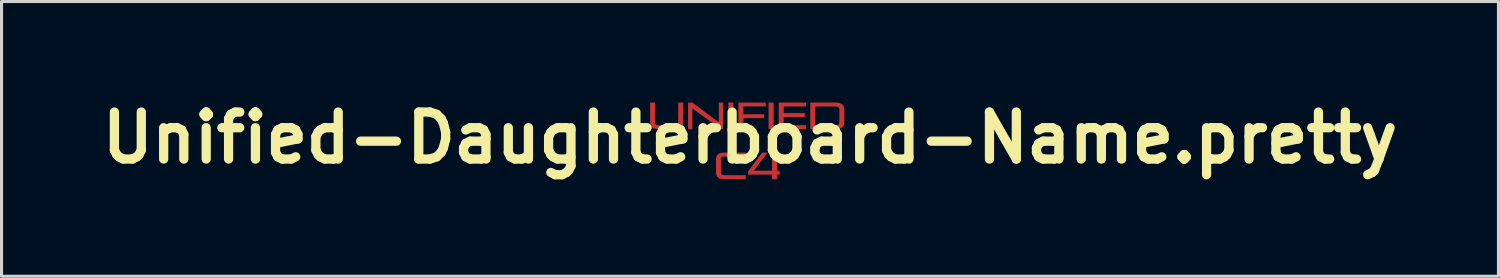
<source format=kicad_pcb>
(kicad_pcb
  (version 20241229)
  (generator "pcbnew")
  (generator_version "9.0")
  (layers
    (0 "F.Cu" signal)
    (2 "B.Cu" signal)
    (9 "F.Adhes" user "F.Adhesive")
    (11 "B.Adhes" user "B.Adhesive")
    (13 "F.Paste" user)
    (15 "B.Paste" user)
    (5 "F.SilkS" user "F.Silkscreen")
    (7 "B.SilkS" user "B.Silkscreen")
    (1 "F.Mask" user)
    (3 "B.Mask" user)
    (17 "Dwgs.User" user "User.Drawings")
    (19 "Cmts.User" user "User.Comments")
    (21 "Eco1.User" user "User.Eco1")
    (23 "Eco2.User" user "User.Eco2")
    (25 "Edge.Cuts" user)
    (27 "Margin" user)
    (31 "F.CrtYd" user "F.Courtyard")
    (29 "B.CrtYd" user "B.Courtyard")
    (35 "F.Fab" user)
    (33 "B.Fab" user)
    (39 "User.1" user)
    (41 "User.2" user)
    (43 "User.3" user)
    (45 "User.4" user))
  (footprint "Unified-Daughterboard-Name.pretty"
    (layer "F.Cu")
    (at 21.271 1.418)
    (property "Reference" "Unified-Daughterboard-Name.pretty" (at 0 0 0) (layer "F.SilkS") (effects (font (size 1.524 1.524) (thickness 0.3))))
    (attr through_hole)
    (fp_poly (pts (xy -0.542 -0.282) (xy -0.705 -0.282) (xy -0.705 -1.143) (xy -0.542 -1.143)) (stroke (width 0.3) (type solid)) (fill yes) (layer "F.Mask"))
    (fp_poly (pts (xy 0.765 -0.282) (xy 0.602 -0.282) (xy 0.602 -1.143) (xy 0.765 -1.143)) (stroke (width 0.3) (type solid)) (fill yes) (layer "F.Mask"))
    (fp_poly (pts (xy -1.012 -0.504) (xy -1.012 -1.143) (xy -0.87 -1.143) (xy -0.87 -0.282) (xy -0.95 -0.282) (xy -1.868 -0.952) (xy -1.868 -0.282) (xy -2.01 -0.282) (xy -2.01 -1.143) (xy -1.869 -1.143)) (stroke (width 0.3) (type solid)) (fill yes) (layer "F.Mask"))
    (fp_poly (pts (xy 0.508 -1.016) (xy -0.215 -1.016) (xy -0.215 -0.764) (xy 0.459 -0.764) (xy 0.459 -0.637) (xy -0.215 -0.637) (xy -0.215 -0.282) (xy -0.377 -0.282) (xy -0.377 -1.143) (xy 0.508 -1.143)) (stroke (width 0.3) (type solid)) (fill yes) (layer "F.Mask"))
    (fp_poly (pts (xy 1.815 -1.016) (xy 1.093 -1.016) (xy 1.093 -0.801) (xy 1.779 -0.801) (xy 1.779 -0.674) (xy 1.093 -0.674) (xy 1.093 -0.409) (xy 1.815 -0.409) (xy 1.815 -0.282) (xy 0.93 -0.282) (xy 0.93 -1.143) (xy 1.815 -1.143)) (stroke (width 0.3) (type solid)) (fill yes) (layer "F.Mask"))
    (fp_poly (pts (xy 0.13 1.066) (xy 0.713 1.066) (xy 0.713 0.48) (xy 0.876 0.48) (xy 0.876 1.066) (xy 0.967 1.066) (xy 0.967 1.194) (xy 0.876 1.194) (xy 0.876 1.34) (xy 0.713 1.34) (xy 0.713 1.194) (xy -0.063 1.194) (xy -0.063 1.091) (xy 0.392 0.48) (xy 0.568 0.48)) (stroke (width 0.3) (type solid)) (fill yes) (layer "F.Mask"))
    (fp_poly (pts (xy 2.764 -1.143) (xy 2.786 -1.142) (xy 2.806 -1.141) (xy 2.826 -1.139) (xy 2.844 -1.137) (xy 2.862 -1.134) (xy 2.879 -1.131) (xy 2.894 -1.127) (xy 2.909 -1.123) (xy 2.924 -1.118) (xy 2.937 -1.113) (xy 2.95 -1.108) (xy 2.961 -1.101) (xy 2.972 -1.095) (xy 2.983 -1.087) (xy 2.992 -1.08) (xy 3.001 -1.072) (xy 3.009 -1.063) (xy 3.017 -1.054) (xy 3.024 -1.044) (xy 3.03 -1.034) (xy 3.035 -1.023) (xy 3.04 -1.012) (xy 3.045 -1) (xy 3.048 -0.988) (xy 3.052 -0.975) (xy 3.054 -0.962) (xy 3.056 -0.949) (xy 3.058 -0.934) (xy 3.059 -0.92) (xy 3.06 -0.889) (xy 3.06 -0.528) (xy 3.059 -0.499) (xy 3.056 -0.471) (xy 3.052 -0.445) (xy 3.048 -0.433) (xy 3.045 -0.422) (xy 3.04 -0.41) (xy 3.035 -0.4) (xy 3.03 -0.389) (xy 3.024 -0.379) (xy 3.017 -0.37) (xy 3.009 -0.361) (xy 3.001 -0.353) (xy 2.992 -0.345) (xy 2.983 -0.337) (xy 2.972 -0.33) (xy 2.961 -0.324) (xy 2.95 -0.318) (xy 2.937 -0.312) (xy 2.924 -0.307) (xy 2.909 -0.302) (xy 2.894 -0.298) (xy 2.879 -0.294) (xy 2.862 -0.291) (xy 2.826 -0.286) (xy 2.786 -0.283) (xy 2.742 -0.282) (xy 1.953 -0.282) (xy 1.953 -0.409) (xy 2.116 -0.409) (xy 2.742 -0.409) (xy 2.764 -0.41) (xy 2.784 -0.411) (xy 2.793 -0.412) (xy 2.801 -0.413) (xy 2.81 -0.414) (xy 2.817 -0.415) (xy 2.825 -0.417) (xy 2.832 -0.419) (xy 2.838 -0.421) (xy 2.844 -0.423) (xy 2.85 -0.426) (xy 2.856 -0.429) (xy 2.861 -0.432) (xy 2.865 -0.435) (xy 2.869 -0.439) (xy 2.873 -0.442) (xy 2.877 -0.447) (xy 2.88 -0.451) (xy 2.883 -0.456) (xy 2.886 -0.461) (xy 2.888 -0.466) (xy 2.89 -0.472) (xy 2.892 -0.478) (xy 2.893 -0.484) (xy 2.895 -0.491) (xy 2.896 -0.498) (xy 2.896 -0.505) (xy 2.897 -0.513) (xy 2.897 -0.529) (xy 2.897 -0.889) (xy 2.897 -0.907) (xy 2.896 -0.923) (xy 2.893 -0.937) (xy 2.892 -0.944) (xy 2.89 -0.95) (xy 2.888 -0.957) (xy 2.886 -0.962) (xy 2.883 -0.968) (xy 2.88 -0.973) (xy 2.877 -0.977) (xy 2.873 -0.982) (xy 2.869 -0.986) (xy 2.865 -0.99) (xy 2.861 -0.993) (xy 2.856 -0.996) (xy 2.85 -0.999) (xy 2.844 -1.002) (xy 2.838 -1.004) (xy 2.832 -1.006) (xy 2.825 -1.008) (xy 2.817 -1.01) (xy 2.801 -1.013) (xy 2.784 -1.015) (xy 2.764 -1.016) (xy 2.742 -1.016) (xy 2.116 -1.016) (xy 2.116 -0.409) (xy 1.953 -0.409) (xy 1.953 -1.143) (xy 2.742 -1.143)) (stroke (width 0.3) (type solid)) (fill yes) (layer "F.Mask"))
    (fp_poly (pts (xy -0.14 0.607) (xy -0.833 0.607) (xy -0.84 0.607) (xy -0.847 0.607) (xy -0.853 0.607) (xy -0.859 0.608) (xy -0.865 0.609) (xy -0.871 0.61) (xy -0.876 0.611) (xy -0.881 0.612) (xy -0.886 0.613) (xy -0.891 0.615) (xy -0.895 0.616) (xy -0.9 0.618) (xy -0.904 0.62) (xy -0.908 0.622) (xy -0.911 0.625) (xy -0.915 0.627) (xy -0.918 0.63) (xy -0.921 0.633) (xy -0.924 0.635) (xy -0.926 0.638) (xy -0.929 0.642) (xy -0.931 0.645) (xy -0.933 0.648) (xy -0.935 0.652) (xy -0.936 0.656) (xy -0.937 0.66) (xy -0.939 0.664) (xy -0.939 0.668) (xy -0.94 0.672) (xy -0.941 0.677) (xy -0.941 0.681) (xy -0.941 0.686) (xy -0.941 1.134) (xy -0.941 1.143) (xy -0.94 1.148) (xy -0.939 1.152) (xy -0.939 1.156) (xy -0.937 1.16) (xy -0.936 1.164) (xy -0.935 1.168) (xy -0.933 1.171) (xy -0.931 1.175) (xy -0.929 1.178) (xy -0.926 1.181) (xy -0.924 1.184) (xy -0.921 1.187) (xy -0.918 1.19) (xy -0.915 1.193) (xy -0.911 1.195) (xy -0.908 1.197) (xy -0.904 1.2) (xy -0.9 1.202) (xy -0.895 1.203) (xy -0.891 1.205) (xy -0.881 1.208) (xy -0.871 1.21) (xy -0.859 1.212) (xy -0.847 1.213) (xy -0.833 1.213) (xy -0.14 1.213) (xy -0.14 1.34) (xy -0.833 1.34) (xy -0.851 1.34) (xy -0.869 1.339) (xy -0.885 1.338) (xy -0.901 1.337) (xy -0.916 1.334) (xy -0.931 1.332) (xy -0.945 1.329) (xy -0.958 1.325) (xy -0.971 1.321) (xy -0.983 1.317) (xy -0.994 1.312) (xy -1.005 1.307) (xy -1.015 1.302) (xy -1.025 1.296) (xy -1.034 1.289) (xy -1.042 1.283) (xy -1.05 1.276) (xy -1.057 1.268) (xy -1.064 1.261) (xy -1.07 1.253) (xy -1.075 1.244) (xy -1.08 1.235) (xy -1.085 1.226) (xy -1.089 1.217) (xy -1.092 1.207) (xy -1.096 1.198) (xy -1.098 1.187) (xy -1.1 1.177) (xy -1.102 1.166) (xy -1.103 1.155) (xy -1.103 1.144) (xy -1.104 1.133) (xy -1.104 0.687) (xy -1.103 0.665) (xy -1.1 0.643) (xy -1.096 0.622) (xy -1.092 0.612) (xy -1.089 0.603) (xy -1.085 0.593) (xy -1.08 0.584) (xy -1.075 0.576) (xy -1.07 0.567) (xy -1.064 0.559) (xy -1.057 0.552) (xy -1.05 0.544) (xy -1.042 0.537) (xy -1.034 0.53) (xy -1.025 0.524) (xy -1.015 0.518) (xy -1.005 0.513) (xy -0.994 0.508) (xy -0.983 0.503) (xy -0.971 0.499) (xy -0.958 0.495) (xy -0.945 0.491) (xy -0.931 0.488) (xy -0.916 0.486) (xy -0.901 0.483) (xy -0.869 0.48) (xy -0.833 0.48) (xy -0.14 0.48)) (stroke (width 0.3) (type solid)) (fill yes) (layer "F.Mask"))
    (fp_poly (pts (xy -3.077 -0.489) (xy -3.077 -0.48) (xy -3.076 -0.475) (xy -3.076 -0.471) (xy -3.075 -0.467) (xy -3.074 -0.463) (xy -3.072 -0.459) (xy -3.071 -0.455) (xy -3.069 -0.451) (xy -3.067 -0.448) (xy -3.065 -0.444) (xy -3.063 -0.441) (xy -3.06 -0.438) (xy -3.057 -0.435) (xy -3.054 -0.433) (xy -3.051 -0.43) (xy -3.048 -0.428) (xy -3.044 -0.425) (xy -3.04 -0.423) (xy -3.036 -0.421) (xy -3.032 -0.419) (xy -3.027 -0.418) (xy -3.017 -0.415) (xy -3.007 -0.412) (xy -2.995 -0.411) (xy -2.983 -0.41) (xy -2.97 -0.409) (xy -2.435 -0.409) (xy -2.429 -0.41) (xy -2.422 -0.41) (xy -2.416 -0.41) (xy -2.41 -0.411) (xy -2.404 -0.412) (xy -2.398 -0.412) (xy -2.393 -0.413) (xy -2.388 -0.415) (xy -2.383 -0.416) (xy -2.378 -0.418) (xy -2.373 -0.419) (xy -2.369 -0.421) (xy -2.365 -0.423) (xy -2.361 -0.425) (xy -2.357 -0.428) (xy -2.354 -0.43) (xy -2.351 -0.433) (xy -2.348 -0.435) (xy -2.345 -0.438) (xy -2.342 -0.441) (xy -2.34 -0.444) (xy -2.338 -0.448) (xy -2.336 -0.451) (xy -2.334 -0.455) (xy -2.333 -0.459) (xy -2.331 -0.463) (xy -2.33 -0.467) (xy -2.329 -0.471) (xy -2.329 -0.475) (xy -2.328 -0.48) (xy -2.328 -0.484) (xy -2.328 -0.489) (xy -2.328 -1.143) (xy -2.165 -1.143) (xy -2.165 -0.49) (xy -2.166 -0.467) (xy -2.167 -0.446) (xy -2.17 -0.425) (xy -2.174 -0.406) (xy -2.177 -0.396) (xy -2.18 -0.387) (xy -2.184 -0.379) (xy -2.188 -0.37) (xy -2.193 -0.362) (xy -2.198 -0.354) (xy -2.204 -0.347) (xy -2.21 -0.34) (xy -2.216 -0.333) (xy -2.224 -0.327) (xy -2.232 -0.321) (xy -2.24 -0.316) (xy -2.25 -0.31) (xy -2.26 -0.306) (xy -2.27 -0.301) (xy -2.282 -0.297) (xy -2.294 -0.294) (xy -2.307 -0.291) (xy -2.32 -0.288) (xy -2.335 -0.286) (xy -2.35 -0.284) (xy -2.366 -0.283) (xy -2.383 -0.283) (xy -2.401 -0.282) (xy -2.97 -0.282) (xy -2.988 -0.283) (xy -3.005 -0.283) (xy -3.022 -0.284) (xy -3.038 -0.286) (xy -3.053 -0.288) (xy -3.067 -0.291) (xy -3.081 -0.294) (xy -3.094 -0.297) (xy -3.107 -0.301) (xy -3.119 -0.306) (xy -3.13 -0.31) (xy -3.141 -0.316) (xy -3.151 -0.321) (xy -3.161 -0.327) (xy -3.17 -0.333) (xy -3.178 -0.34) (xy -3.186 -0.347) (xy -3.193 -0.354) (xy -3.2 -0.362) (xy -3.206 -0.37) (xy -3.212 -0.379) (xy -3.217 -0.387) (xy -3.221 -0.396) (xy -3.225 -0.406) (xy -3.229 -0.415) (xy -3.232 -0.425) (xy -3.234 -0.435) (xy -3.236 -0.446) (xy -3.238 -0.457) (xy -3.239 -0.467) (xy -3.24 -0.479) (xy -3.24 -0.49) (xy -3.24 -1.143) (xy -3.077 -1.143)) (stroke (width 0.3) (type solid)) (fill yes) (layer "F.Mask"))
    (pad "1" smd custom (at -2.24 -0.843) (size 0.1 0.1) (layers "F.Cu" "F.Mask") (options (anchor circle)) (primitives (gr_poly (pts (xy -0.837 0.354) (xy -0.837 0.364) (xy -0.836 0.368) (xy -0.836 0.372) (xy -0.835 0.377) (xy -0.834 0.381) (xy -0.832 0.385) (xy -0.831 0.388) (xy -0.829 0.392) (xy -0.827 0.395) (xy -0.825 0.399) (xy -0.823 0.402) (xy -0.82 0.405) (xy -0.817 0.408) (xy -0.814 0.411) (xy -0.811 0.413) (xy -0.808 0.416) (xy -0.804 0.418) (xy -0.8 0.42) (xy -0.796 0.422) (xy -0.792 0.424) (xy -0.787 0.426) (xy -0.778 0.428) (xy -0.767 0.431) (xy -0.755 0.432) (xy -0.743 0.433) (xy -0.73 0.434) (xy -0.195 0.434) (xy -0.189 0.434) (xy -0.182 0.433) (xy -0.176 0.433) (xy -0.17 0.432) (xy -0.164 0.432) (xy -0.158 0.431) (xy -0.153 0.43) (xy -0.148 0.428) (xy -0.143 0.427) (xy -0.138 0.426) (xy -0.133 0.424) (xy -0.129 0.422) (xy -0.125 0.42) (xy -0.121 0.418) (xy -0.117 0.416) (xy -0.114 0.413) (xy -0.111 0.411) (xy -0.108 0.408) (xy -0.105 0.405) (xy -0.102 0.402) (xy -0.1 0.399) (xy -0.098 0.395) (xy -0.096 0.392) (xy -0.094 0.388) (xy -0.093 0.385) (xy -0.091 0.381) (xy -0.09 0.377) (xy -0.089 0.372) (xy -0.089 0.368) (xy -0.088 0.364) (xy -0.088 0.359) (xy -0.088 0.354) (xy -0.088 -0.3) (xy 0.075 -0.3) (xy 0.075 0.353) (xy 0.074 0.376) (xy 0.073 0.397) (xy 0.07 0.418) (xy 0.066 0.438) (xy 0.063 0.447) (xy 0.06 0.456) (xy 0.056 0.465) (xy 0.052 0.473) (xy 0.047 0.481) (xy 0.042 0.489) (xy 0.036 0.496) (xy 0.03 0.503) (xy 0.023 0.51) (xy 0.016 0.516) (xy 0.008 0.522) (xy -0.000486 0.528) (xy -0.01 0.533) (xy -0.02 0.538) (xy -0.03 0.542) (xy -0.042 0.546) (xy -0.054 0.549) (xy -0.067 0.552) (xy -0.08 0.555) (xy -0.095 0.557) (xy -0.11 0.559) (xy -0.126 0.56) (xy -0.143 0.561) (xy -0.161 0.561) (xy -0.73 0.561) (xy -0.748 0.561) (xy -0.765 0.56) (xy -0.782 0.559) (xy -0.798 0.557) (xy -0.813 0.555) (xy -0.827 0.552) (xy -0.841 0.549) (xy -0.855 0.546) (xy -0.867 0.542) (xy -0.879 0.538) (xy -0.89 0.533) (xy -0.901 0.528) (xy -0.911 0.522) (xy -0.921 0.516) (xy -0.93 0.51) (xy -0.938 0.503) (xy -0.946 0.496) (xy -0.953 0.489) (xy -0.96 0.481) (xy -0.966 0.473) (xy -0.972 0.465) (xy -0.977 0.456) (xy -0.981 0.447) (xy -0.985 0.438) (xy -0.989 0.428) (xy -0.992 0.418) (xy -0.994 0.408) (xy -0.996 0.397) (xy -0.998 0.387) (xy -0.999 0.376) (xy -1 0.364) (xy -1 0.353) (xy -1 -0.3) (xy -0.837 -0.3)) (width 0) (fill yes))))
    (pad "1" smd custom (at -1.94 -0.843) (size 0.1 0.1) (layers "F.Cu" "F.Mask") (options (anchor circle)) (primitives (gr_poly (pts (xy 0.928 0.34) (xy 0.928 -0.3) (xy 1.07 -0.3) (xy 1.07 0.561) (xy 0.99 0.561) (xy 0.072 -0.109) (xy 0.072 0.561) (xy -0.07 0.561) (xy -0.07 -0.3) (xy 0.071 -0.3)) (width 0) (fill yes))))
    (pad "1" smd custom (at -1.04 1.032) (size 0.1 0.1) (layers "F.Cu" "F.Mask") (options (anchor circle)) (primitives (gr_poly (pts (xy 0.9 -0.425) (xy 0.207 -0.425) (xy 0.2 -0.425) (xy 0.193 -0.425) (xy 0.187 -0.424) (xy 0.181 -0.424) (xy 0.175 -0.423) (xy 0.169 -0.422) (xy 0.164 -0.421) (xy 0.159 -0.42) (xy 0.154 -0.419) (xy 0.149 -0.417) (xy 0.145 -0.415) (xy 0.14 -0.414) (xy 0.136 -0.412) (xy 0.132 -0.409) (xy 0.129 -0.407) (xy 0.125 -0.405) (xy 0.122 -0.402) (xy 0.119 -0.399) (xy 0.116 -0.396) (xy 0.114 -0.393) (xy 0.111 -0.39) (xy 0.109 -0.387) (xy 0.107 -0.383) (xy 0.105 -0.38) (xy 0.104 -0.376) (xy 0.103 -0.372) (xy 0.101 -0.368) (xy 0.101 -0.364) (xy 0.1 -0.359) (xy 0.099 -0.355) (xy 0.099 -0.35) (xy 0.099 -0.346) (xy 0.099 0.102) (xy 0.099 0.111) (xy 0.1 0.116) (xy 0.101 0.12) (xy 0.101 0.124) (xy 0.103 0.128) (xy 0.104 0.132) (xy 0.105 0.136) (xy 0.107 0.14) (xy 0.109 0.143) (xy 0.111 0.146) (xy 0.114 0.15) (xy 0.116 0.153) (xy 0.119 0.156) (xy 0.122 0.158) (xy 0.125 0.161) (xy 0.129 0.163) (xy 0.132 0.166) (xy 0.136 0.168) (xy 0.14 0.17) (xy 0.145 0.172) (xy 0.149 0.173) (xy 0.159 0.176) (xy 0.169 0.178) (xy 0.181 0.18) (xy 0.193 0.181) (xy 0.207 0.181) (xy 0.9 0.181) (xy 0.9 0.309) (xy 0.207 0.309) (xy 0.189 0.308) (xy 0.171 0.308) (xy 0.155 0.306) (xy 0.139 0.305) (xy 0.124 0.303) (xy 0.109 0.3) (xy 0.095 0.297) (xy 0.082 0.293) (xy 0.069 0.29) (xy 0.057 0.285) (xy 0.046 0.28) (xy 0.035 0.275) (xy 0.025 0.27) (xy 0.015 0.264) (xy 0.006 0.258) (xy -0.002 0.251) (xy -0.01 0.244) (xy -0.017 0.237) (xy -0.024 0.229) (xy -0.03 0.221) (xy -0.035 0.212) (xy -0.04 0.204) (xy -0.045 0.195) (xy -0.049 0.185) (xy -0.053 0.176) (xy -0.056 0.166) (xy -0.058 0.156) (xy -0.06 0.145) (xy -0.062 0.134) (xy -0.063 0.123) (xy -0.064 0.112) (xy -0.064 0.101) (xy -0.064 -0.344) (xy -0.063 -0.367) (xy -0.06 -0.389) (xy -0.056 -0.409) (xy -0.053 -0.419) (xy -0.049 -0.429) (xy -0.045 -0.438) (xy -0.04 -0.447) (xy -0.035 -0.456) (xy -0.03 -0.464) (xy -0.024 -0.473) (xy -0.017 -0.48) (xy -0.01 -0.488) (xy -0.002 -0.495) (xy 0.006 -0.501) (xy 0.015 -0.508) (xy 0.025 -0.514) (xy 0.035 -0.519) (xy 0.046 -0.524) (xy 0.057 -0.529) (xy 0.069 -0.533) (xy 0.082 -0.537) (xy 0.095 -0.541) (xy 0.109 -0.544) (xy 0.124 -0.546) (xy 0.139 -0.548) (xy 0.171 -0.551) (xy 0.207 -0.552) (xy 0.9 -0.552)) (width 0) (fill yes))))
    (pad "1" smd custom (at -0.64 -0.843) (size 0.1 0.1) (layers "F.Cu" "F.Mask") (options (anchor circle)) (primitives (gr_poly (pts (xy 0.098 0.561) (xy -0.065 0.561) (xy -0.065 -0.3) (xy 0.098 -0.3)) (width 0) (fill yes))))
    (pad "1" smd custom (at -0.29 -0.718) (size 0.1 0.1) (layers "F.Cu" "F.Mask") (options (anchor circle)) (primitives (gr_poly (pts (xy 0.798 -0.298) (xy 0.075 -0.298) (xy 0.075 -0.046) (xy 0.749 -0.046) (xy 0.749 0.081) (xy 0.075 0.081) (xy 0.075 0.436) (xy -0.087 0.436) (xy -0.087 -0.425) (xy 0.798 -0.425)) (width 0) (fill yes))))
    (pad "1" smd custom (at 0.685 -0.668) (size 0.1 0.1) (layers "F.Cu" "F.Mask") (options (anchor circle)) (primitives (gr_poly (pts (xy 0.08 0.386) (xy -0.083 0.386) (xy -0.083 -0.475) (xy 0.08 -0.475)) (width 0) (fill yes))))
    (pad "1" smd custom (at 0.81 1.107) (size 0.1 0.1) (layers "F.Cu" "F.Mask") (options (anchor circle)) (primitives (gr_poly (pts (xy -0.68 -0.04) (xy -0.097 -0.04) (xy -0.097 -0.627) (xy 0.066 -0.627) (xy 0.066 -0.04) (xy 0.157 -0.04) (xy 0.157 0.087) (xy 0.066 0.087) (xy 0.066 0.234) (xy -0.097 0.234) (xy -0.097 0.087) (xy -0.873 0.087) (xy -0.873 -0.016) (xy -0.418 -0.627) (xy -0.242 -0.627)) (width 0) (fill yes))))
    (pad "1" smd custom (at 1.01 -0.618) (size 0.1 0.1) (layers "F.Cu" "F.Mask") (options (anchor circle)) (primitives (gr_poly (pts (xy 0.805 -0.398) (xy 0.082 -0.398) (xy 0.082 -0.183) (xy 0.768 -0.183) (xy 0.768 -0.055) (xy 0.082 -0.055) (xy 0.082 0.209) (xy 0.805 0.209) (xy 0.805 0.336) (xy -0.08 0.336) (xy -0.08 -0.525) (xy 0.805 -0.525)) (width 0) (fill yes))))
    (pad "1" smd custom (at 2.035 -0.618) (size 0.1 0.1) (layers "F.Cu" "F.Mask") (options (anchor circle)) (primitives (gr_poly (pts (xy 0.729 -0.525) (xy 0.751 -0.524) (xy 0.771 -0.523) (xy 0.791 -0.521) (xy 0.809 -0.519) (xy 0.827 -0.516) (xy 0.844 -0.513) (xy 0.859 -0.509) (xy 0.874 -0.505) (xy 0.889 -0.5) (xy 0.902 -0.495) (xy 0.915 -0.489) (xy 0.926 -0.483) (xy 0.937 -0.476) (xy 0.948 -0.469) (xy 0.957 -0.462) (xy 0.966 -0.453) (xy 0.974 -0.445) (xy 0.982 -0.436) (xy 0.989 -0.426) (xy 0.995 -0.416) (xy 1 -0.405) (xy 1.005 -0.394) (xy 1.01 -0.382) (xy 1.013 -0.37) (xy 1.017 -0.357) (xy 1.019 -0.344) (xy 1.021 -0.33) (xy 1.023 -0.316) (xy 1.024 -0.302) (xy 1.025 -0.271) (xy 1.025 0.09) (xy 1.024 0.119) (xy 1.021 0.147) (xy 1.017 0.173) (xy 1.013 0.185) (xy 1.01 0.197) (xy 1.005 0.208) (xy 1 0.219) (xy 0.995 0.229) (xy 0.989 0.239) (xy 0.982 0.248) (xy 0.974 0.257) (xy 0.966 0.266) (xy 0.957 0.274) (xy 0.948 0.281) (xy 0.937 0.288) (xy 0.926 0.295) (xy 0.915 0.301) (xy 0.902 0.306) (xy 0.889 0.311) (xy 0.874 0.316) (xy 0.859 0.32) (xy 0.844 0.324) (xy 0.827 0.327) (xy 0.791 0.332) (xy 0.751 0.335) (xy 0.707 0.336) (xy -0.082 0.336) (xy -0.082 0.209) (xy 0.081 0.209) (xy 0.707 0.209) (xy 0.729 0.208) (xy 0.748 0.207) (xy 0.758 0.207) (xy 0.766 0.205) (xy 0.775 0.204) (xy 0.782 0.203) (xy 0.79 0.201) (xy 0.797 0.199) (xy 0.803 0.197) (xy 0.809 0.195) (xy 0.815 0.192) (xy 0.821 0.19) (xy 0.825 0.187) (xy 0.83 0.183) (xy 0.834 0.18) (xy 0.838 0.176) (xy 0.842 0.172) (xy 0.845 0.167) (xy 0.848 0.162) (xy 0.851 0.157) (xy 0.853 0.152) (xy 0.855 0.146) (xy 0.857 0.14) (xy 0.858 0.134) (xy 0.86 0.127) (xy 0.861 0.12) (xy 0.861 0.113) (xy 0.862 0.105) (xy 0.862 0.089) (xy 0.862 -0.271) (xy 0.862 -0.288) (xy 0.861 -0.305) (xy 0.858 -0.319) (xy 0.857 -0.326) (xy 0.855 -0.332) (xy 0.853 -0.338) (xy 0.851 -0.344) (xy 0.848 -0.349) (xy 0.845 -0.354) (xy 0.842 -0.359) (xy 0.838 -0.364) (xy 0.834 -0.368) (xy 0.83 -0.371) (xy 0.825 -0.375) (xy 0.821 -0.378) (xy 0.815 -0.381) (xy 0.809 -0.384) (xy 0.803 -0.386) (xy 0.797 -0.388) (xy 0.79 -0.39) (xy 0.782 -0.392) (xy 0.766 -0.395) (xy 0.748 -0.396) (xy 0.729 -0.397) (xy 0.707 -0.398) (xy 0.081 -0.398) (xy 0.081 0.209) (xy -0.082 0.209) (xy -0.082 -0.525) (xy 0.707 -0.525)) (width 0) (fill yes)))))
  (gr_rect
    (start -3 -3)
    (end 45.541 5.908)
    (stroke (width 0.1) (type default))
    (fill no)
    (layer "Edge.Cuts")))
</source>
